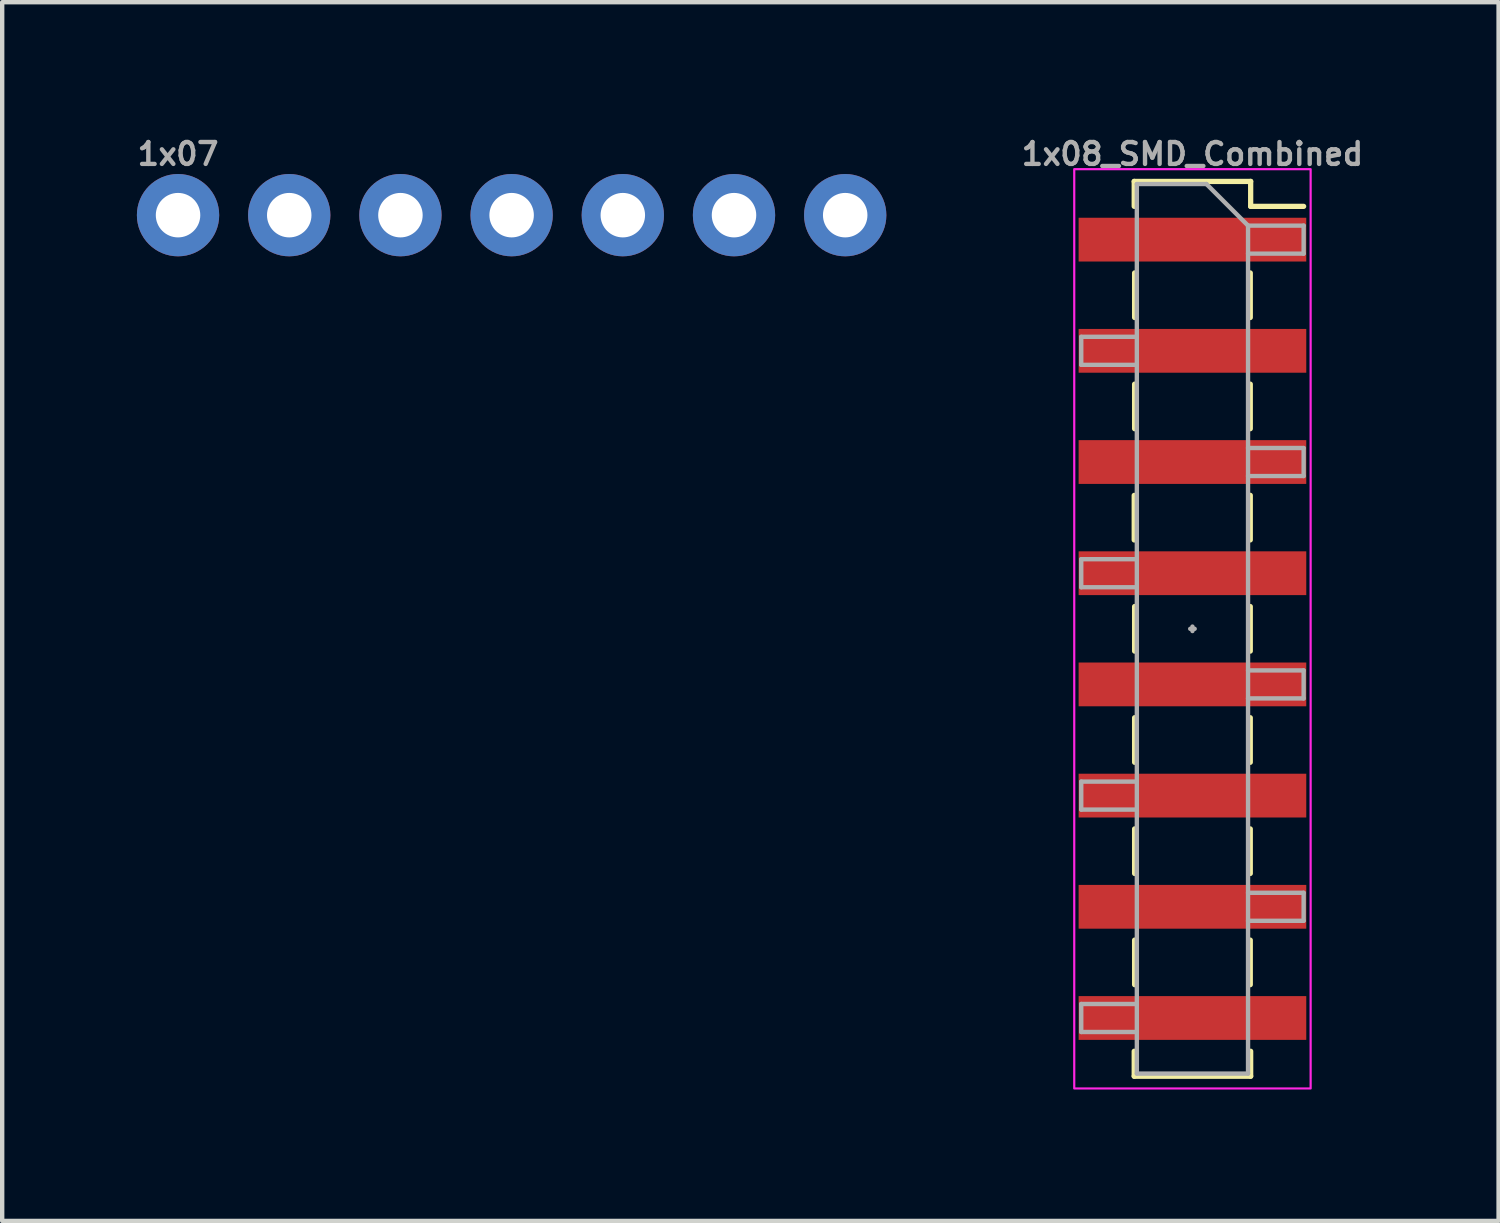
<source format=kicad_pcb>
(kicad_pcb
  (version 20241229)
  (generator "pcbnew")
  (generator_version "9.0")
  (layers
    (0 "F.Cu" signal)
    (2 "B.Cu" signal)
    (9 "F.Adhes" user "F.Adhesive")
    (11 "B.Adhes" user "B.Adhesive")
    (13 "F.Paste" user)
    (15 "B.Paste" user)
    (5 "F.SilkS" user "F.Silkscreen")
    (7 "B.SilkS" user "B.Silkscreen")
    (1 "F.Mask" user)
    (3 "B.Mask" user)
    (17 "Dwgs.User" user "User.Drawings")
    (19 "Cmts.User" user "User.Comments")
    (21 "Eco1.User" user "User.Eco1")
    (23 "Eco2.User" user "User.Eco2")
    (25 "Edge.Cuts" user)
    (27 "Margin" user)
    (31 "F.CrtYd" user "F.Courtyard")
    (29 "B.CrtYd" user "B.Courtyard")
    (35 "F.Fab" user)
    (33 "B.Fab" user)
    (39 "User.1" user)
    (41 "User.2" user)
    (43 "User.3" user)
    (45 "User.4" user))
  (footprint "1x08_SMD_Combined"
    (layer "F.Cu")
    (at 24.189 11.314)
    (property "Reference" "1x08_SMD_Combined" (at 0 -10.846 0) (layer "F.Fab") (effects (font (size 0.5 0.5) (thickness 0.1))))
    (attr smd)
    (fp_rect (start -2.6 -9.39) (end -0.6 -8.39) (stroke (width 0) (type solid)) (fill yes) (layer "F.Mask"))
    (fp_rect (start -2.6 -6.85) (end -0.6 -5.85) (stroke (width 0) (type solid)) (fill yes) (layer "F.Mask"))
    (fp_rect (start -2.6 -4.31) (end -0.6 -3.31) (stroke (width 0) (type solid)) (fill yes) (layer "F.Mask"))
    (fp_rect (start -2.6 -1.77) (end -0.6 -0.77) (stroke (width 0) (type solid)) (fill yes) (layer "F.Mask"))
    (fp_rect (start -2.6 0.77) (end -0.6 1.77) (stroke (width 0) (type solid)) (fill yes) (layer "F.Mask"))
    (fp_rect (start -2.6 3.31) (end -0.6 4.31) (stroke (width 0) (type solid)) (fill yes) (layer "F.Mask"))
    (fp_rect (start -2.6 5.85) (end -0.6 6.85) (stroke (width 0) (type solid)) (fill yes) (layer "F.Mask"))
    (fp_rect (start -2.6 8.39) (end -0.6 9.39) (stroke (width 0) (type solid)) (fill yes) (layer "F.Mask"))
    (fp_rect (start 0.6 -9.39) (end 2.6 -8.39) (stroke (width 0) (type solid)) (fill yes) (layer "F.Mask"))
    (fp_rect (start 0.6 -6.85) (end 2.6 -5.85) (stroke (width 0) (type solid)) (fill yes) (layer "F.Mask"))
    (fp_rect (start 0.6 -4.31) (end 2.6 -3.31) (stroke (width 0) (type solid)) (fill yes) (layer "F.Mask"))
    (fp_rect (start 0.6 -1.77) (end 2.6 -0.77) (stroke (width 0) (type solid)) (fill yes) (layer "F.Mask"))
    (fp_rect (start 0.6 0.77) (end 2.6 1.77) (stroke (width 0) (type solid)) (fill yes) (layer "F.Mask"))
    (fp_rect (start 0.6 3.31) (end 2.6 4.31) (stroke (width 0) (type solid)) (fill yes) (layer "F.Mask"))
    (fp_rect (start 0.6 5.85) (end 2.6 6.85) (stroke (width 0) (type solid)) (fill yes) (layer "F.Mask"))
    (fp_rect (start 0.6 8.39) (end 2.6 9.39) (stroke (width 0) (type solid)) (fill yes) (layer "F.Mask"))
    (fp_line (start -1.33 -10.22) (end -1.33 -9.65) (stroke (width 0.12) (type solid)) (layer "F.SilkS"))
    (fp_line (start -1.33 -10.22) (end 1.33 -10.22) (stroke (width 0.12) (type solid)) (layer "F.SilkS"))
    (fp_line (start -1.33 -3.048) (end -1.33 -2.03) (stroke (width 0.12) (type solid)) (layer "F.SilkS"))
    (fp_line (start -1.33 9.65) (end -1.33 10.22) (stroke (width 0.12) (type solid)) (layer "F.SilkS"))
    (fp_line (start -1.33 10.22) (end 1.33 10.22) (stroke (width 0.12) (type solid)) (layer "F.SilkS"))
    (fp_line (start -1.321 -8.129) (end -1.321 -7.111) (stroke (width 0.12) (type solid)) (layer "F.SilkS"))
    (fp_line (start -1.321 -5.589) (end -1.321 -4.571) (stroke (width 0.12) (type solid)) (layer "F.SilkS"))
    (fp_line (start -1.321 -0.509) (end -1.321 0.509) (stroke (width 0.12) (type solid)) (layer "F.SilkS"))
    (fp_line (start -1.321 2.031) (end -1.321 3.049) (stroke (width 0.12) (type solid)) (layer "F.SilkS"))
    (fp_line (start -1.321 4.571) (end -1.321 5.589) (stroke (width 0.12) (type solid)) (layer "F.SilkS"))
    (fp_line (start -1.321 7.111) (end -1.321 8.129) (stroke (width 0.12) (type solid)) (layer "F.SilkS"))
    (fp_line (start 1.321 -8.129) (end 1.321 -7.111) (stroke (width 0.12) (type solid)) (layer "F.SilkS"))
    (fp_line (start 1.321 -5.589) (end 1.321 -4.571) (stroke (width 0.12) (type solid)) (layer "F.SilkS"))
    (fp_line (start 1.321 -3.049) (end 1.321 -2.031) (stroke (width 0.12) (type solid)) (layer "F.SilkS"))
    (fp_line (start 1.321 -0.509) (end 1.321 0.509) (stroke (width 0.12) (type solid)) (layer "F.SilkS"))
    (fp_line (start 1.321 2.031) (end 1.321 3.049) (stroke (width 0.12) (type solid)) (layer "F.SilkS"))
    (fp_line (start 1.321 4.571) (end 1.321 5.589) (stroke (width 0.12) (type solid)) (layer "F.SilkS"))
    (fp_line (start 1.321 7.111) (end 1.321 8.129) (stroke (width 0.12) (type solid)) (layer "F.SilkS"))
    (fp_line (start 1.33 -10.22) (end 1.33 -9.65) (stroke (width 0.12) (type solid)) (layer "F.SilkS"))
    (fp_line (start 1.33 -9.65) (end 2.54 -9.65) (stroke (width 0.12) (type solid)) (layer "F.SilkS"))
    (fp_line (start 1.33 9.65) (end 1.33 10.22) (stroke (width 0.12) (type solid)) (layer "F.SilkS"))
    (fp_rect (start -2.6 -9.39) (end -0.6 -8.39) (stroke (width 0) (type solid)) (fill yes) (layer "F.Paste"))
    (fp_rect (start -2.6 -6.85) (end -0.6 -5.85) (stroke (width 0) (type solid)) (fill yes) (layer "F.Paste"))
    (fp_rect (start -2.6 -4.31) (end -0.6 -3.31) (stroke (width 0) (type solid)) (fill yes) (layer "F.Paste"))
    (fp_rect (start -2.6 -1.77) (end -0.6 -0.77) (stroke (width 0) (type solid)) (fill yes) (layer "F.Paste"))
    (fp_rect (start -2.6 0.77) (end -0.6 1.77) (stroke (width 0) (type solid)) (fill yes) (layer "F.Paste"))
    (fp_rect (start -2.6 3.31) (end -0.6 4.31) (stroke (width 0) (type solid)) (fill yes) (layer "F.Paste"))
    (fp_rect (start -2.6 5.85) (end -0.6 6.85) (stroke (width 0) (type solid)) (fill yes) (layer "F.Paste"))
    (fp_rect (start -2.6 8.39) (end -0.6 9.39) (stroke (width 0) (type solid)) (fill yes) (layer "F.Paste"))
    (fp_rect (start 0.6 -9.39) (end 2.6 -8.39) (stroke (width 0) (type solid)) (fill yes) (layer "F.Paste"))
    (fp_rect (start 0.6 -6.85) (end 2.6 -5.85) (stroke (width 0) (type solid)) (fill yes) (layer "F.Paste"))
    (fp_rect (start 0.6 -4.31) (end 2.6 -3.31) (stroke (width 0) (type solid)) (fill yes) (layer "F.Paste"))
    (fp_rect (start 0.6 -1.77) (end 2.6 -0.77) (stroke (width 0) (type solid)) (fill yes) (layer "F.Paste"))
    (fp_rect (start 0.6 0.77) (end 2.6 1.77) (stroke (width 0) (type solid)) (fill yes) (layer "F.Paste"))
    (fp_rect (start 0.6 3.31) (end 2.6 4.31) (stroke (width 0) (type solid)) (fill yes) (layer "F.Paste"))
    (fp_rect (start 0.6 5.85) (end 2.6 6.85) (stroke (width 0) (type solid)) (fill yes) (layer "F.Paste"))
    (fp_rect (start 0.6 8.39) (end 2.6 9.39) (stroke (width 0) (type solid)) (fill yes) (layer "F.Paste"))
    (fp_rect (start -2.7 -10.5) (end 2.7 10.5) (stroke (width 0.05) (type default)) (fill no) (layer "F.CrtYd"))
    (fp_line (start -2.54 -6.67) (end -2.54 -6.03) (stroke (width 0.1) (type solid)) (layer "F.Fab"))
    (fp_line (start -2.54 -6.03) (end -1.27 -6.03) (stroke (width 0.1) (type solid)) (layer "F.Fab"))
    (fp_line (start -2.54 -1.59) (end -2.54 -0.95) (stroke (width 0.1) (type solid)) (layer "F.Fab"))
    (fp_line (start -2.54 -0.95) (end -1.27 -0.95) (stroke (width 0.1) (type solid)) (layer "F.Fab"))
    (fp_line (start -2.54 3.49) (end -2.54 4.13) (stroke (width 0.1) (type solid)) (layer "F.Fab"))
    (fp_line (start -2.54 4.13) (end -1.27 4.13) (stroke (width 0.1) (type solid)) (layer "F.Fab"))
    (fp_line (start -2.54 8.57) (end -2.54 9.21) (stroke (width 0.1) (type solid)) (layer "F.Fab"))
    (fp_line (start -2.54 9.21) (end -1.27 9.21) (stroke (width 0.1) (type solid)) (layer "F.Fab"))
    (fp_line (start -1.27 -10.16) (end -1.27 10.16) (stroke (width 0.1) (type solid)) (layer "F.Fab"))
    (fp_line (start -1.27 -10.16) (end 0.32 -10.16) (stroke (width 0.1) (type solid)) (layer "F.Fab"))
    (fp_line (start -1.27 -6.67) (end -2.54 -6.67) (stroke (width 0.1) (type solid)) (layer "F.Fab"))
    (fp_line (start -1.27 -1.59) (end -2.54 -1.59) (stroke (width 0.1) (type solid)) (layer "F.Fab"))
    (fp_line (start -1.27 3.49) (end -2.54 3.49) (stroke (width 0.1) (type solid)) (layer "F.Fab"))
    (fp_line (start -1.27 8.57) (end -2.54 8.57) (stroke (width 0.1) (type solid)) (layer "F.Fab"))
    (fp_line (start 0 -0.051) (end 0 0.051) (stroke (width 0.1) (type default)) (layer "F.Fab"))
    (fp_line (start 0.051 0) (end -0.051 0) (stroke (width 0.1) (type default)) (layer "F.Fab"))
    (fp_line (start 1.27 -9.21) (end 0.32 -10.16) (stroke (width 0.1) (type solid)) (layer "F.Fab"))
    (fp_line (start 1.27 -9.21) (end 2.54 -9.21) (stroke (width 0.1) (type solid)) (layer "F.Fab"))
    (fp_line (start 1.27 -4.13) (end 2.54 -4.13) (stroke (width 0.1) (type solid)) (layer "F.Fab"))
    (fp_line (start 1.27 0.95) (end 2.54 0.95) (stroke (width 0.1) (type solid)) (layer "F.Fab"))
    (fp_line (start 1.27 6.03) (end 2.54 6.03) (stroke (width 0.1) (type solid)) (layer "F.Fab"))
    (fp_line (start 1.27 10.16) (end -1.27 10.16) (stroke (width 0.1) (type solid)) (layer "F.Fab"))
    (fp_line (start 1.27 10.16) (end 1.27 -9.21) (stroke (width 0.1) (type solid)) (layer "F.Fab"))
    (fp_line (start 2.54 -9.21) (end 2.54 -8.57) (stroke (width 0.1) (type solid)) (layer "F.Fab"))
    (fp_line (start 2.54 -8.57) (end 1.27 -8.57) (stroke (width 0.1) (type solid)) (layer "F.Fab"))
    (fp_line (start 2.54 -4.13) (end 2.54 -3.49) (stroke (width 0.1) (type solid)) (layer "F.Fab"))
    (fp_line (start 2.54 -3.49) (end 1.27 -3.49) (stroke (width 0.1) (type solid)) (layer "F.Fab"))
    (fp_line (start 2.54 0.95) (end 2.54 1.59) (stroke (width 0.1) (type solid)) (layer "F.Fab"))
    (fp_line (start 2.54 1.59) (end 1.27 1.59) (stroke (width 0.1) (type solid)) (layer "F.Fab"))
    (fp_line (start 2.54 6.03) (end 2.54 6.67) (stroke (width 0.1) (type solid)) (layer "F.Fab"))
    (fp_line (start 2.54 6.67) (end 1.27 6.67) (stroke (width 0.1) (type solid)) (layer "F.Fab"))
    (pad "1" smd rect (at 0 -8.89) (size 5.2 1) (layers "F.Cu"))
    (pad "2" smd rect (at 0 -6.35) (size 5.2 1) (layers "F.Cu"))
    (pad "3" smd rect (at 0 -3.81) (size 5.2 1) (layers "F.Cu"))
    (pad "4" smd rect (at 0 -1.27) (size 5.2 1) (layers "F.Cu"))
    (pad "5" smd rect (at 0 1.27) (size 5.2 1) (layers "F.Cu"))
    (pad "6" smd rect (at 0 3.81) (size 5.2 1) (layers "F.Cu"))
    (pad "7" smd rect (at 0 6.35) (size 5.2 1) (layers "F.Cu"))
    (pad "8" smd rect (at 0 8.89) (size 5.2 1) (layers "F.Cu")))
  (footprint "1x07"
    (layer "F.Cu")
    (at 1.017 1.865)
    (property "Reference" "1x07" (at 0 -1.397 0) (layer "F.Fab") (effects (font (size 0.5 0.5) (thickness 0.1))))
    (fp_poly (pts (xy -0.254 0.254) (xy 0.254 0.254) (xy 0.254 -0.254) (xy -0.254 -0.254)) (stroke (width 0.1) (type default)) (fill no) (layer "F.Fab"))
    (fp_poly (pts (xy 2.286 0.254) (xy 2.794 0.254) (xy 2.794 -0.254) (xy 2.286 -0.254)) (stroke (width 0.1) (type default)) (fill no) (layer "F.Fab"))
    (fp_poly (pts (xy 4.826 0.254) (xy 5.334 0.254) (xy 5.334 -0.254) (xy 4.826 -0.254)) (stroke (width 0.1) (type default)) (fill no) (layer "F.Fab"))
    (fp_poly (pts (xy 7.366 0.254) (xy 7.874 0.254) (xy 7.874 -0.254) (xy 7.366 -0.254)) (stroke (width 0.1) (type default)) (fill no) (layer "F.Fab"))
    (fp_poly (pts (xy 9.906 0.254) (xy 10.414 0.254) (xy 10.414 -0.254) (xy 9.906 -0.254)) (stroke (width 0.1) (type default)) (fill no) (layer "F.Fab"))
    (fp_poly (pts (xy 12.446 0.254) (xy 12.954 0.254) (xy 12.954 -0.254) (xy 12.446 -0.254)) (stroke (width 0.1) (type default)) (fill no) (layer "F.Fab"))
    (fp_poly (pts (xy 14.986 0.254) (xy 15.494 0.254) (xy 15.494 -0.254) (xy 14.986 -0.254)) (stroke (width 0.1) (type default)) (fill no) (layer "F.Fab"))
    (pad "1" thru_hole circle (at 0 0 90) (size 1.88 1.88) (drill 1.016) (layers "*.Cu" "*.Mask"))
    (pad "2" thru_hole circle (at 2.54 0 90) (size 1.88 1.88) (drill 1.016) (layers "*.Cu" "*.Mask"))
    (pad "3" thru_hole circle (at 5.08 0 90) (size 1.88 1.88) (drill 1.016) (layers "*.Cu" "*.Mask"))
    (pad "4" thru_hole circle (at 7.62 0 90) (size 1.88 1.88) (drill 1.016) (layers "*.Cu" "*.Mask"))
    (pad "5" thru_hole circle (at 10.16 0 90) (size 1.88 1.88) (drill 1.016) (layers "*.Cu" "*.Mask"))
    (pad "6" thru_hole circle (at 12.7 0 90) (size 1.88 1.88) (drill 1.016) (layers "*.Cu" "*.Mask"))
    (pad "7" thru_hole circle (at 15.24 0 90) (size 1.88 1.88) (drill 1.016) (layers "*.Cu" "*.Mask")))
  (gr_rect
    (start -3 -3)
    (end 31.182 24.839)
    (stroke (width 0.1) (type default))
    (fill no)
    (layer "Edge.Cuts")))
</source>
